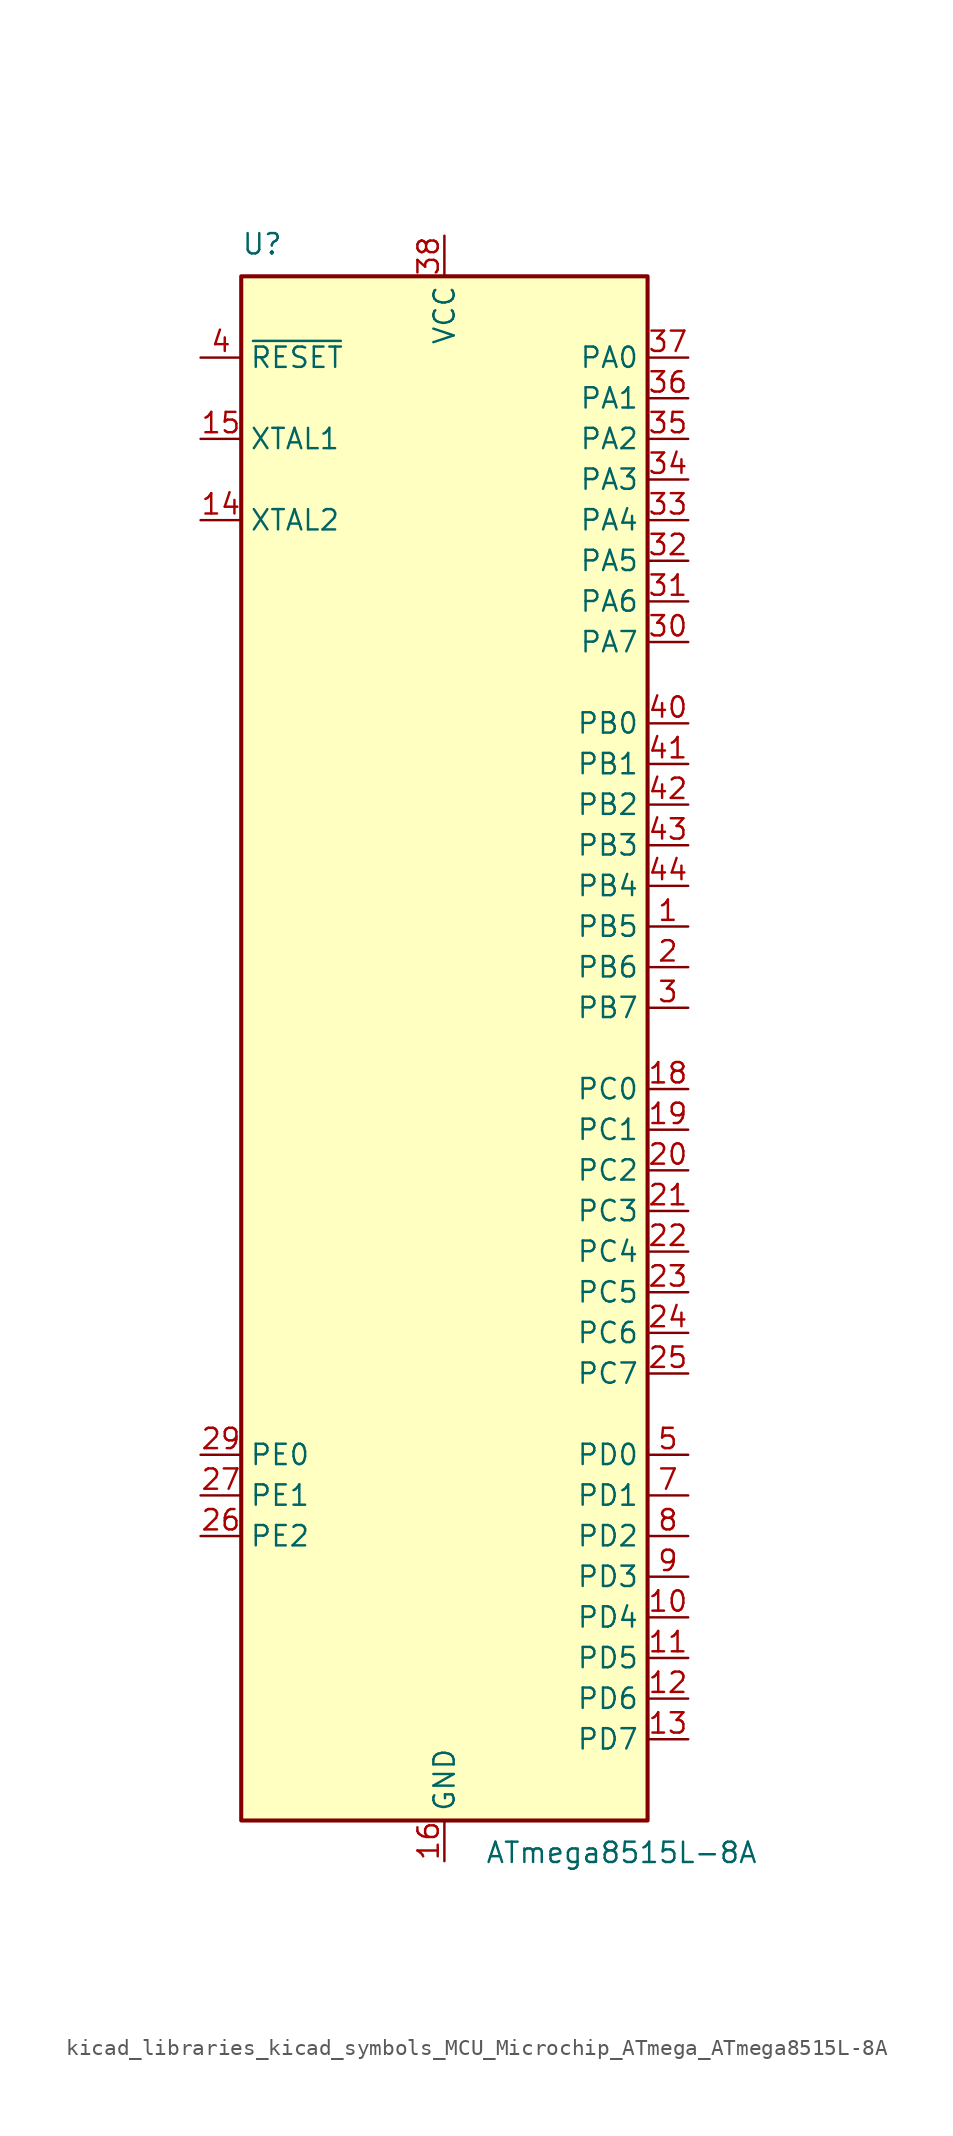
<source format=kicad_sym>
(kicad_symbol_lib
  (version 20220914)
  (generator kicad_symbol_editor)
  (symbol "kicad_libraries_kicad_symbols_MCU_Microchip_ATmega_ATmega8515L-8A"
    (property "Reference" "U"
      (at -12.7 49.53 0)
      (effects (font (size 1.27 1.27)) (justify left bottom)))
    (property "Value" "ATmega8515L-8A"
      (at 2.54 -49.53 0)
      (effects (font (size 1.27 1.27)) (justify left top)))
    (symbol "kicad_libraries_kicad_symbols_MCU_Microchip_ATmega_ATmega8515L-8A_0_1"
      (rectangle (start -12.7 -48.26) (end 12.7 48.26) (stroke (width 0.254) (type default)) (fill (type background))))
    (symbol "kicad_libraries_kicad_symbols_MCU_Microchip_ATmega_ATmega8515L-8A_1_1"
      (pin bidirectional line (at 15.24 7.62 180) (length 2.54) (name "PB5" (effects (font (size 1.27 1.27)))) (number "1" (effects (font (size 1.27 1.27)))))
      (pin bidirectional line (at 15.24 -35.56 180) (length 2.54) (name "PD4" (effects (font (size 1.27 1.27)))) (number "10" (effects (font (size 1.27 1.27)))))
      (pin bidirectional line (at 15.24 -38.1 180) (length 2.54) (name "PD5" (effects (font (size 1.27 1.27)))) (number "11" (effects (font (size 1.27 1.27)))))
      (pin bidirectional line (at 15.24 -40.64 180) (length 2.54) (name "PD6" (effects (font (size 1.27 1.27)))) (number "12" (effects (font (size 1.27 1.27)))))
      (pin bidirectional line (at 15.24 -43.18 180) (length 2.54) (name "PD7" (effects (font (size 1.27 1.27)))) (number "13" (effects (font (size 1.27 1.27)))))
      (pin output line (at -15.24 33.02 0) (length 2.54) (name "XTAL2" (effects (font (size 1.27 1.27)))) (number "14" (effects (font (size 1.27 1.27)))))
      (pin input line (at -15.24 38.1 0) (length 2.54) (name "XTAL1" (effects (font (size 1.27 1.27)))) (number "15" (effects (font (size 1.27 1.27)))))
      (pin power_in line (at 0 -50.8 90) (length 2.54) (name "GND" (effects (font (size 1.27 1.27)))) (number "16" (effects (font (size 1.27 1.27)))))
      (pin no_connect line (at -12.7 -40.64 0) (length 2.54) hide (name "NC" (effects (font (size 1.27 1.27)))) (number "17" (effects (font (size 1.27 1.27)))))
      (pin bidirectional line (at 15.24 -2.54 180) (length 2.54) (name "PC0" (effects (font (size 1.27 1.27)))) (number "18" (effects (font (size 1.27 1.27)))))
      (pin bidirectional line (at 15.24 -5.08 180) (length 2.54) (name "PC1" (effects (font (size 1.27 1.27)))) (number "19" (effects (font (size 1.27 1.27)))))
      (pin bidirectional line (at 15.24 5.08 180) (length 2.54) (name "PB6" (effects (font (size 1.27 1.27)))) (number "2" (effects (font (size 1.27 1.27)))))
      (pin bidirectional line (at 15.24 -7.62 180) (length 2.54) (name "PC2" (effects (font (size 1.27 1.27)))) (number "20" (effects (font (size 1.27 1.27)))))
      (pin bidirectional line (at 15.24 -10.16 180) (length 2.54) (name "PC3" (effects (font (size 1.27 1.27)))) (number "21" (effects (font (size 1.27 1.27)))))
      (pin bidirectional line (at 15.24 -12.7 180) (length 2.54) (name "PC4" (effects (font (size 1.27 1.27)))) (number "22" (effects (font (size 1.27 1.27)))))
      (pin bidirectional line (at 15.24 -15.24 180) (length 2.54) (name "PC5" (effects (font (size 1.27 1.27)))) (number "23" (effects (font (size 1.27 1.27)))))
      (pin bidirectional line (at 15.24 -17.78 180) (length 2.54) (name "PC6" (effects (font (size 1.27 1.27)))) (number "24" (effects (font (size 1.27 1.27)))))
      (pin bidirectional line (at 15.24 -20.32 180) (length 2.54) (name "PC7" (effects (font (size 1.27 1.27)))) (number "25" (effects (font (size 1.27 1.27)))))
      (pin bidirectional line (at -15.24 -30.48 0) (length 2.54) (name "PE2" (effects (font (size 1.27 1.27)))) (number "26" (effects (font (size 1.27 1.27)))))
      (pin bidirectional line (at -15.24 -27.94 0) (length 2.54) (name "PE1" (effects (font (size 1.27 1.27)))) (number "27" (effects (font (size 1.27 1.27)))))
      (pin no_connect line (at -12.7 -43.18 0) (length 2.54) hide (name "NC" (effects (font (size 1.27 1.27)))) (number "28" (effects (font (size 1.27 1.27)))))
      (pin bidirectional line (at -15.24 -25.4 0) (length 2.54) (name "PE0" (effects (font (size 1.27 1.27)))) (number "29" (effects (font (size 1.27 1.27)))))
      (pin bidirectional line (at 15.24 2.54 180) (length 2.54) (name "PB7" (effects (font (size 1.27 1.27)))) (number "3" (effects (font (size 1.27 1.27)))))
      (pin bidirectional line (at 15.24 25.4 180) (length 2.54) (name "PA7" (effects (font (size 1.27 1.27)))) (number "30" (effects (font (size 1.27 1.27)))))
      (pin bidirectional line (at 15.24 27.94 180) (length 2.54) (name "PA6" (effects (font (size 1.27 1.27)))) (number "31" (effects (font (size 1.27 1.27)))))
      (pin bidirectional line (at 15.24 30.48 180) (length 2.54) (name "PA5" (effects (font (size 1.27 1.27)))) (number "32" (effects (font (size 1.27 1.27)))))
      (pin bidirectional line (at 15.24 33.02 180) (length 2.54) (name "PA4" (effects (font (size 1.27 1.27)))) (number "33" (effects (font (size 1.27 1.27)))))
      (pin bidirectional line (at 15.24 35.56 180) (length 2.54) (name "PA3" (effects (font (size 1.27 1.27)))) (number "34" (effects (font (size 1.27 1.27)))))
      (pin bidirectional line (at 15.24 38.1 180) (length 2.54) (name "PA2" (effects (font (size 1.27 1.27)))) (number "35" (effects (font (size 1.27 1.27)))))
      (pin bidirectional line (at 15.24 40.64 180) (length 2.54) (name "PA1" (effects (font (size 1.27 1.27)))) (number "36" (effects (font (size 1.27 1.27)))))
      (pin bidirectional line (at 15.24 43.18 180) (length 2.54) (name "PA0" (effects (font (size 1.27 1.27)))) (number "37" (effects (font (size 1.27 1.27)))))
      (pin power_in line (at 0 50.8 270) (length 2.54) (name "VCC" (effects (font (size 1.27 1.27)))) (number "38" (effects (font (size 1.27 1.27)))))
      (pin no_connect line (at -12.7 -45.72 0) (length 2.54) hide (name "NC" (effects (font (size 1.27 1.27)))) (number "39" (effects (font (size 1.27 1.27)))))
      (pin input line (at -15.24 43.18 0) (length 2.54) (name "~{RESET}" (effects (font (size 1.27 1.27)))) (number "4" (effects (font (size 1.27 1.27)))))
      (pin bidirectional line (at 15.24 20.32 180) (length 2.54) (name "PB0" (effects (font (size 1.27 1.27)))) (number "40" (effects (font (size 1.27 1.27)))))
      (pin bidirectional line (at 15.24 17.78 180) (length 2.54) (name "PB1" (effects (font (size 1.27 1.27)))) (number "41" (effects (font (size 1.27 1.27)))))
      (pin bidirectional line (at 15.24 15.24 180) (length 2.54) (name "PB2" (effects (font (size 1.27 1.27)))) (number "42" (effects (font (size 1.27 1.27)))))
      (pin bidirectional line (at 15.24 12.7 180) (length 2.54) (name "PB3" (effects (font (size 1.27 1.27)))) (number "43" (effects (font (size 1.27 1.27)))))
      (pin bidirectional line (at 15.24 10.16 180) (length 2.54) (name "PB4" (effects (font (size 1.27 1.27)))) (number "44" (effects (font (size 1.27 1.27)))))
      (pin bidirectional line (at 15.24 -25.4 180) (length 2.54) (name "PD0" (effects (font (size 1.27 1.27)))) (number "5" (effects (font (size 1.27 1.27)))))
      (pin no_connect line (at -12.7 -38.1 0) (length 2.54) hide (name "NC" (effects (font (size 1.27 1.27)))) (number "6" (effects (font (size 1.27 1.27)))))
      (pin bidirectional line (at 15.24 -27.94 180) (length 2.54) (name "PD1" (effects (font (size 1.27 1.27)))) (number "7" (effects (font (size 1.27 1.27)))))
      (pin bidirectional line (at 15.24 -30.48 180) (length 2.54) (name "PD2" (effects (font (size 1.27 1.27)))) (number "8" (effects (font (size 1.27 1.27)))))
      (pin bidirectional line (at 15.24 -33.02 180) (length 2.54) (name "PD3" (effects (font (size 1.27 1.27)))) (number "9" (effects (font (size 1.27 1.27))))))))
</source>
